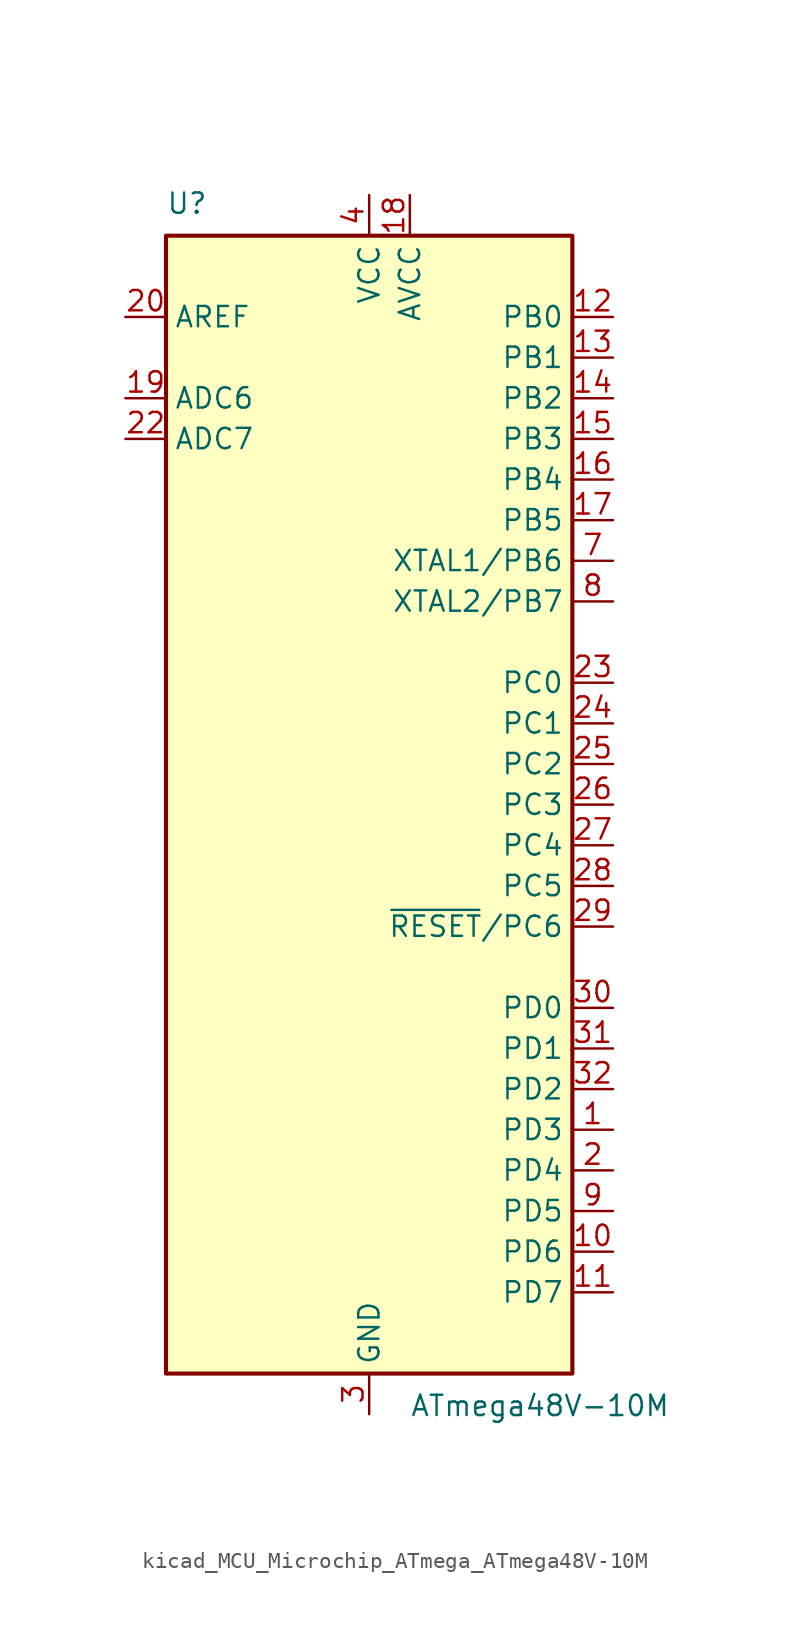
<source format=kicad_sym>
(kicad_symbol_lib
  (version 20220914)
  (generator kicad_symbol_editor)
  (symbol "kicad_MCU_Microchip_ATmega_ATmega48V-10M"
    (property "Reference" "U"
      (at -12.7 36.83 0)
      (effects (font (size 1.27 1.27)) (justify left bottom)))
    (property "Value" "ATmega48V-10M"
      (at 2.54 -36.83 0)
      (effects (font (size 1.27 1.27)) (justify left top)))
    (symbol "kicad_MCU_Microchip_ATmega_ATmega48V-10M_0_1"
      (rectangle (start -12.7 -35.56) (end 12.7 35.56) (stroke (width 0.254) (type default)) (fill (type background))))
    (symbol "kicad_MCU_Microchip_ATmega_ATmega48V-10M_1_1"
      (pin bidirectional line (at 15.24 -20.32 180) (length 2.54) (name "PD3" (effects (font (size 1.27 1.27)))) (number "1" (effects (font (size 1.27 1.27)))))
      (pin bidirectional line (at 15.24 -27.94 180) (length 2.54) (name "PD6" (effects (font (size 1.27 1.27)))) (number "10" (effects (font (size 1.27 1.27)))))
      (pin bidirectional line (at 15.24 -30.48 180) (length 2.54) (name "PD7" (effects (font (size 1.27 1.27)))) (number "11" (effects (font (size 1.27 1.27)))))
      (pin bidirectional line (at 15.24 30.48 180) (length 2.54) (name "PB0" (effects (font (size 1.27 1.27)))) (number "12" (effects (font (size 1.27 1.27)))))
      (pin bidirectional line (at 15.24 27.94 180) (length 2.54) (name "PB1" (effects (font (size 1.27 1.27)))) (number "13" (effects (font (size 1.27 1.27)))))
      (pin bidirectional line (at 15.24 25.4 180) (length 2.54) (name "PB2" (effects (font (size 1.27 1.27)))) (number "14" (effects (font (size 1.27 1.27)))))
      (pin bidirectional line (at 15.24 22.86 180) (length 2.54) (name "PB3" (effects (font (size 1.27 1.27)))) (number "15" (effects (font (size 1.27 1.27)))))
      (pin bidirectional line (at 15.24 20.32 180) (length 2.54) (name "PB4" (effects (font (size 1.27 1.27)))) (number "16" (effects (font (size 1.27 1.27)))))
      (pin bidirectional line (at 15.24 17.78 180) (length 2.54) (name "PB5" (effects (font (size 1.27 1.27)))) (number "17" (effects (font (size 1.27 1.27)))))
      (pin power_in line (at 2.54 38.1 270) (length 2.54) (name "AVCC" (effects (font (size 1.27 1.27)))) (number "18" (effects (font (size 1.27 1.27)))))
      (pin input line (at -15.24 25.4 0) (length 2.54) (name "ADC6" (effects (font (size 1.27 1.27)))) (number "19" (effects (font (size 1.27 1.27)))))
      (pin bidirectional line (at 15.24 -22.86 180) (length 2.54) (name "PD4" (effects (font (size 1.27 1.27)))) (number "2" (effects (font (size 1.27 1.27)))))
      (pin passive line (at -15.24 30.48 0) (length 2.54) (name "AREF" (effects (font (size 1.27 1.27)))) (number "20" (effects (font (size 1.27 1.27)))))
      (pin passive line (at 0 -38.1 90) (length 2.54) hide (name "GND" (effects (font (size 1.27 1.27)))) (number "21" (effects (font (size 1.27 1.27)))))
      (pin input line (at -15.24 22.86 0) (length 2.54) (name "ADC7" (effects (font (size 1.27 1.27)))) (number "22" (effects (font (size 1.27 1.27)))))
      (pin bidirectional line (at 15.24 7.62 180) (length 2.54) (name "PC0" (effects (font (size 1.27 1.27)))) (number "23" (effects (font (size 1.27 1.27)))))
      (pin bidirectional line (at 15.24 5.08 180) (length 2.54) (name "PC1" (effects (font (size 1.27 1.27)))) (number "24" (effects (font (size 1.27 1.27)))))
      (pin bidirectional line (at 15.24 2.54 180) (length 2.54) (name "PC2" (effects (font (size 1.27 1.27)))) (number "25" (effects (font (size 1.27 1.27)))))
      (pin bidirectional line (at 15.24 0 180) (length 2.54) (name "PC3" (effects (font (size 1.27 1.27)))) (number "26" (effects (font (size 1.27 1.27)))))
      (pin bidirectional line (at 15.24 -2.54 180) (length 2.54) (name "PC4" (effects (font (size 1.27 1.27)))) (number "27" (effects (font (size 1.27 1.27)))))
      (pin bidirectional line (at 15.24 -5.08 180) (length 2.54) (name "PC5" (effects (font (size 1.27 1.27)))) (number "28" (effects (font (size 1.27 1.27)))))
      (pin bidirectional line (at 15.24 -7.62 180) (length 2.54) (name "~{RESET}/PC6" (effects (font (size 1.27 1.27)))) (number "29" (effects (font (size 1.27 1.27)))))
      (pin power_in line (at 0 -38.1 90) (length 2.54) (name "GND" (effects (font (size 1.27 1.27)))) (number "3" (effects (font (size 1.27 1.27)))))
      (pin bidirectional line (at 15.24 -12.7 180) (length 2.54) (name "PD0" (effects (font (size 1.27 1.27)))) (number "30" (effects (font (size 1.27 1.27)))))
      (pin bidirectional line (at 15.24 -15.24 180) (length 2.54) (name "PD1" (effects (font (size 1.27 1.27)))) (number "31" (effects (font (size 1.27 1.27)))))
      (pin bidirectional line (at 15.24 -17.78 180) (length 2.54) (name "PD2" (effects (font (size 1.27 1.27)))) (number "32" (effects (font (size 1.27 1.27)))))
      (pin passive line (at 0 -38.1 90) (length 2.54) hide (name "GND" (effects (font (size 1.27 1.27)))) (number "33" (effects (font (size 1.27 1.27)))))
      (pin power_in line (at 0 38.1 270) (length 2.54) (name "VCC" (effects (font (size 1.27 1.27)))) (number "4" (effects (font (size 1.27 1.27)))))
      (pin passive line (at 0 -38.1 90) (length 2.54) hide (name "GND" (effects (font (size 1.27 1.27)))) (number "5" (effects (font (size 1.27 1.27)))))
      (pin passive line (at 0 38.1 270) (length 2.54) hide (name "VCC" (effects (font (size 1.27 1.27)))) (number "6" (effects (font (size 1.27 1.27)))))
      (pin bidirectional line (at 15.24 15.24 180) (length 2.54) (name "XTAL1/PB6" (effects (font (size 1.27 1.27)))) (number "7" (effects (font (size 1.27 1.27)))))
      (pin bidirectional line (at 15.24 12.7 180) (length 2.54) (name "XTAL2/PB7" (effects (font (size 1.27 1.27)))) (number "8" (effects (font (size 1.27 1.27)))))
      (pin bidirectional line (at 15.24 -25.4 180) (length 2.54) (name "PD5" (effects (font (size 1.27 1.27)))) (number "9" (effects (font (size 1.27 1.27))))))))
</source>
